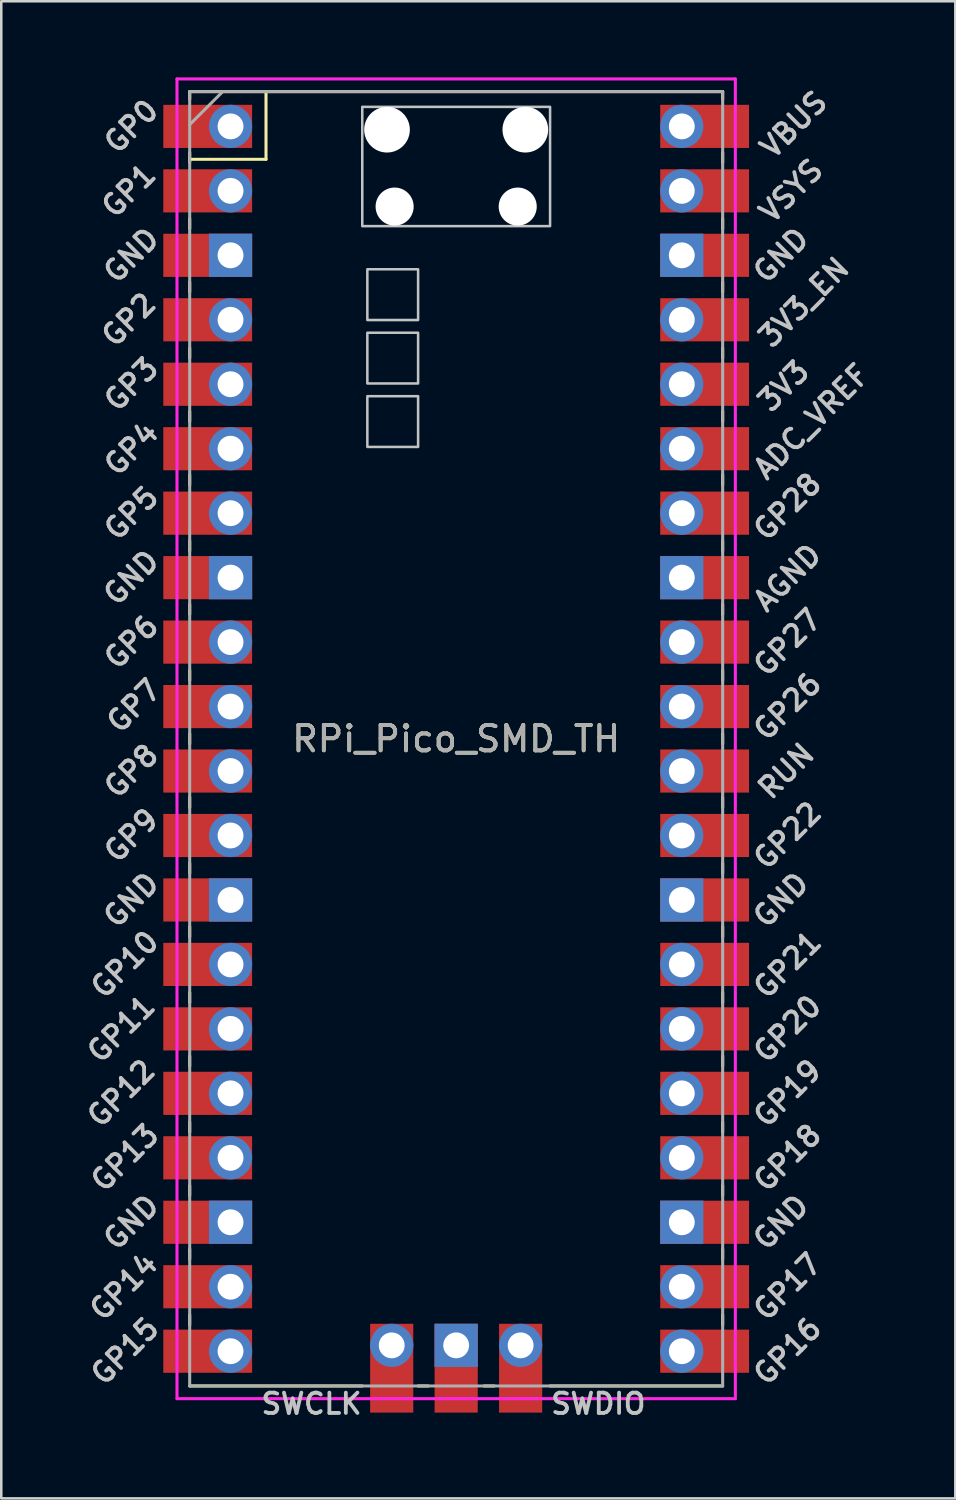
<source format=kicad_pcb>
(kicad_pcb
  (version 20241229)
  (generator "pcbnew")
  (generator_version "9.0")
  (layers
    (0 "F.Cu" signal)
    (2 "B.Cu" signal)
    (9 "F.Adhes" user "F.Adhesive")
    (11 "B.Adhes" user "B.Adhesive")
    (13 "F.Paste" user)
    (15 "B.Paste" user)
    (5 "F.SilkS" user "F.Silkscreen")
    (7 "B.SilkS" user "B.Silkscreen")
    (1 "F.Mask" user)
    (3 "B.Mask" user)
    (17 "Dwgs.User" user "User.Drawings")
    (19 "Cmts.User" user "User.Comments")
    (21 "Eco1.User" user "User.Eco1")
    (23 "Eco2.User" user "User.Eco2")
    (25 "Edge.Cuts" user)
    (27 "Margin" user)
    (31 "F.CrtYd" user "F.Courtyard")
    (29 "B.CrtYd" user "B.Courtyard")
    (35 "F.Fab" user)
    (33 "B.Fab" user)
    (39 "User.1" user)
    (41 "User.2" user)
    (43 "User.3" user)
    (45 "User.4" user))
  (footprint "RPi_Pico_SMD_TH"
    (layer "F.Cu")
    (at 14.924 26.06)
    (property "Reference" "RPi_Pico_SMD_TH" (at 0 0 0) (layer "F.SilkS") (effects (font (size 1 1) (thickness 0.15))))
    (attr through_hole)
    (fp_line (start -10.5 -25.5) (end -10.5 -25.2) (stroke (width 0.12) (type solid)) (layer "F.SilkS"))
    (fp_line (start -10.5 -25.5) (end 10.5 -25.5) (stroke (width 0.12) (type solid)) (layer "F.SilkS"))
    (fp_line (start -10.5 -23.1) (end -10.5 -22.7) (stroke (width 0.12) (type solid)) (layer "F.SilkS"))
    (fp_line (start -10.5 -22.833) (end -7.493 -22.833) (stroke (width 0.12) (type solid)) (layer "F.SilkS"))
    (fp_line (start -10.5 -20.5) (end -10.5 -20.1) (stroke (width 0.12) (type solid)) (layer "F.SilkS"))
    (fp_line (start -10.5 -18) (end -10.5 -17.6) (stroke (width 0.12) (type solid)) (layer "F.SilkS"))
    (fp_line (start -10.5 -15.4) (end -10.5 -15) (stroke (width 0.12) (type solid)) (layer "F.SilkS"))
    (fp_line (start -10.5 -12.9) (end -10.5 -12.5) (stroke (width 0.12) (type solid)) (layer "F.SilkS"))
    (fp_line (start -10.5 -10.4) (end -10.5 -10) (stroke (width 0.12) (type solid)) (layer "F.SilkS"))
    (fp_line (start -10.5 -7.8) (end -10.5 -7.4) (stroke (width 0.12) (type solid)) (layer "F.SilkS"))
    (fp_line (start -10.5 -5.3) (end -10.5 -4.9) (stroke (width 0.12) (type solid)) (layer "F.SilkS"))
    (fp_line (start -10.5 -2.7) (end -10.5 -2.3) (stroke (width 0.12) (type solid)) (layer "F.SilkS"))
    (fp_line (start -10.5 -0.2) (end -10.5 0.2) (stroke (width 0.12) (type solid)) (layer "F.SilkS"))
    (fp_line (start -10.5 2.3) (end -10.5 2.7) (stroke (width 0.12) (type solid)) (layer "F.SilkS"))
    (fp_line (start -10.5 4.9) (end -10.5 5.3) (stroke (width 0.12) (type solid)) (layer "F.SilkS"))
    (fp_line (start -10.5 7.4) (end -10.5 7.8) (stroke (width 0.12) (type solid)) (layer "F.SilkS"))
    (fp_line (start -10.5 10) (end -10.5 10.4) (stroke (width 0.12) (type solid)) (layer "F.SilkS"))
    (fp_line (start -10.5 12.5) (end -10.5 12.9) (stroke (width 0.12) (type solid)) (layer "F.SilkS"))
    (fp_line (start -10.5 15.1) (end -10.5 15.5) (stroke (width 0.12) (type solid)) (layer "F.SilkS"))
    (fp_line (start -10.5 17.6) (end -10.5 18) (stroke (width 0.12) (type solid)) (layer "F.SilkS"))
    (fp_line (start -10.5 20.1) (end -10.5 20.5) (stroke (width 0.12) (type solid)) (layer "F.SilkS"))
    (fp_line (start -10.5 22.7) (end -10.5 23.1) (stroke (width 0.12) (type solid)) (layer "F.SilkS"))
    (fp_line (start -7.493 -22.833) (end -7.493 -25.5) (stroke (width 0.12) (type solid)) (layer "F.SilkS"))
    (fp_line (start -3.7 25.5) (end -10.5 25.5) (stroke (width 0.12) (type solid)) (layer "F.SilkS"))
    (fp_line (start -1.5 25.5) (end -1.1 25.5) (stroke (width 0.12) (type solid)) (layer "F.SilkS"))
    (fp_line (start 1.1 25.5) (end 1.5 25.5) (stroke (width 0.12) (type solid)) (layer "F.SilkS"))
    (fp_line (start 10.5 -25.5) (end 10.5 -25.2) (stroke (width 0.12) (type solid)) (layer "F.SilkS"))
    (fp_line (start 10.5 -23.1) (end 10.5 -22.7) (stroke (width 0.12) (type solid)) (layer "F.SilkS"))
    (fp_line (start 10.5 -20.5) (end 10.5 -20.1) (stroke (width 0.12) (type solid)) (layer "F.SilkS"))
    (fp_line (start 10.5 -18) (end 10.5 -17.6) (stroke (width 0.12) (type solid)) (layer "F.SilkS"))
    (fp_line (start 10.5 -15.4) (end 10.5 -15) (stroke (width 0.12) (type solid)) (layer "F.SilkS"))
    (fp_line (start 10.5 -12.9) (end 10.5 -12.5) (stroke (width 0.12) (type solid)) (layer "F.SilkS"))
    (fp_line (start 10.5 -10.4) (end 10.5 -10) (stroke (width 0.12) (type solid)) (layer "F.SilkS"))
    (fp_line (start 10.5 -7.8) (end 10.5 -7.4) (stroke (width 0.12) (type solid)) (layer "F.SilkS"))
    (fp_line (start 10.5 -5.3) (end 10.5 -4.9) (stroke (width 0.12) (type solid)) (layer "F.SilkS"))
    (fp_line (start 10.5 -2.7) (end 10.5 -2.3) (stroke (width 0.12) (type solid)) (layer "F.SilkS"))
    (fp_line (start 10.5 -0.2) (end 10.5 0.2) (stroke (width 0.12) (type solid)) (layer "F.SilkS"))
    (fp_line (start 10.5 2.3) (end 10.5 2.7) (stroke (width 0.12) (type solid)) (layer "F.SilkS"))
    (fp_line (start 10.5 4.9) (end 10.5 5.3) (stroke (width 0.12) (type solid)) (layer "F.SilkS"))
    (fp_line (start 10.5 7.4) (end 10.5 7.8) (stroke (width 0.12) (type solid)) (layer "F.SilkS"))
    (fp_line (start 10.5 10) (end 10.5 10.4) (stroke (width 0.12) (type solid)) (layer "F.SilkS"))
    (fp_line (start 10.5 12.5) (end 10.5 12.9) (stroke (width 0.12) (type solid)) (layer "F.SilkS"))
    (fp_line (start 10.5 15.1) (end 10.5 15.5) (stroke (width 0.12) (type solid)) (layer "F.SilkS"))
    (fp_line (start 10.5 17.6) (end 10.5 18) (stroke (width 0.12) (type solid)) (layer "F.SilkS"))
    (fp_line (start 10.5 20.1) (end 10.5 20.5) (stroke (width 0.12) (type solid)) (layer "F.SilkS"))
    (fp_line (start 10.5 22.7) (end 10.5 23.1) (stroke (width 0.12) (type solid)) (layer "F.SilkS"))
    (fp_line (start 10.5 25.5) (end 3.7 25.5) (stroke (width 0.12) (type solid)) (layer "F.SilkS"))
    (fp_poly (pts (xy -1.5 -16.5) (xy -3.5 -16.5) (xy -3.5 -18.5) (xy -1.5 -18.5)) (stroke (width 0.1) (type solid)) (fill no) (layer "Dwgs.User"))
    (fp_poly (pts (xy -1.5 -14) (xy -3.5 -14) (xy -3.5 -16) (xy -1.5 -16)) (stroke (width 0.1) (type solid)) (fill no) (layer "Dwgs.User"))
    (fp_poly (pts (xy -1.5 -11.5) (xy -3.5 -11.5) (xy -3.5 -13.5) (xy -1.5 -13.5)) (stroke (width 0.1) (type solid)) (fill no) (layer "Dwgs.User"))
    (fp_poly (pts (xy 3.7 -20.2) (xy -3.7 -20.2) (xy -3.7 -24.9) (xy 3.7 -24.9)) (stroke (width 0.1) (type solid)) (fill no) (layer "Dwgs.User"))
    (fp_line (start -11 -26) (end 11 -26) (stroke (width 0.12) (type solid)) (layer "F.CrtYd"))
    (fp_line (start -11 26) (end -11 -26) (stroke (width 0.12) (type solid)) (layer "F.CrtYd"))
    (fp_line (start 11 -26) (end 11 26) (stroke (width 0.12) (type solid)) (layer "F.CrtYd"))
    (fp_line (start 11 26) (end -11 26) (stroke (width 0.12) (type solid)) (layer "F.CrtYd"))
    (fp_line (start -10.5 -25.5) (end 10.5 -25.5) (stroke (width 0.12) (type solid)) (layer "F.Fab"))
    (fp_line (start -10.5 -24.2) (end -9.2 -25.5) (stroke (width 0.12) (type solid)) (layer "F.Fab"))
    (fp_line (start -10.5 25.5) (end -10.5 -25.5) (stroke (width 0.12) (type solid)) (layer "F.Fab"))
    (fp_line (start 10.5 -25.5) (end 10.5 25.5) (stroke (width 0.12) (type solid)) (layer "F.Fab"))
    (fp_line (start 10.5 25.5) (end -10.5 25.5) (stroke (width 0.12) (type solid)) (layer "F.Fab"))
    (fp_text user "GP9" (at -12.8 3.81 45) (layer "Dwgs.User") (effects (font (size 0.8 0.8) (thickness 0.15))))
    (fp_text user "GP10" (at -13.054 8.89 45) (layer "Dwgs.User") (effects (font (size 0.8 0.8) (thickness 0.15))))
    (fp_text user "GP0" (at -12.8 -24.13 45) (layer "Dwgs.User") (effects (font (size 0.8 0.8) (thickness 0.15))))
    (fp_text user "GND" (at -12.8 6.35 45) (layer "Dwgs.User") (effects (font (size 0.8 0.8) (thickness 0.15))))
    (fp_text user "3V3" (at 12.9 -13.9 45) (layer "Dwgs.User") (effects (font (size 0.8 0.8) (thickness 0.15))))
    (fp_text user "GP15" (at -13.054 24.13 45) (layer "Dwgs.User") (effects (font (size 0.8 0.8) (thickness 0.15))))
    (fp_text user "GP27" (at 13.054 -3.8 45) (layer "Dwgs.User") (effects (font (size 0.8 0.8) (thickness 0.15))))
    (fp_text user "GP21" (at 13.054 8.9 45) (layer "Dwgs.User") (effects (font (size 0.8 0.8) (thickness 0.15))))
    (fp_text user "GP4" (at -12.8 -11.43 45) (layer "Dwgs.User") (effects (font (size 0.8 0.8) (thickness 0.15))))
    (fp_text user "RUN" (at 13 1.27 45) (layer "Dwgs.User") (effects (font (size 0.8 0.8) (thickness 0.15))))
    (fp_text user "GP28" (at 13.054 -9.144 45) (layer "Dwgs.User") (effects (font (size 0.8 0.8) (thickness 0.15))))
    (fp_text user "GP14" (at -13.1 21.59 45) (layer "Dwgs.User") (effects (font (size 0.8 0.8) (thickness 0.15))))
    (fp_text user "AGND" (at 13.054 -6.35 45) (layer "Dwgs.User") (effects (font (size 0.8 0.8) (thickness 0.15))))
    (fp_text user "3V3_EN" (at 13.7 -17.2 45) (layer "Dwgs.User") (effects (font (size 0.8 0.8) (thickness 0.15))))
    (fp_text user "GP16" (at 13.054 24.13 45) (layer "Dwgs.User") (effects (font (size 0.8 0.8) (thickness 0.15))))
    (fp_text user "GP19" (at 13.054 13.97 45) (layer "Dwgs.User") (effects (font (size 0.8 0.8) (thickness 0.15))))
    (fp_text user "GP8" (at -12.8 1.27 45) (layer "Dwgs.User") (effects (font (size 0.8 0.8) (thickness 0.15))))
    (fp_text user "GND" (at -12.8 19.05 45) (layer "Dwgs.User") (effects (font (size 0.8 0.8) (thickness 0.15))))
    (fp_text user "GP2" (at -12.9 -16.51 45) (layer "Dwgs.User") (effects (font (size 0.8 0.8) (thickness 0.15))))
    (fp_text user "GND" (at 12.8 19.05 45) (layer "Dwgs.User") (effects (font (size 0.8 0.8) (thickness 0.15))))
    (fp_text user "SWDIO" (at 5.6 26.2 0) (layer "Dwgs.User") (effects (font (size 0.8 0.8) (thickness 0.15))))
    (fp_text user "GND" (at -12.8 -6.35 45) (layer "Dwgs.User") (effects (font (size 0.8 0.8) (thickness 0.15))))
    (fp_text user "GND" (at 12.8 6.35 45) (layer "Dwgs.User") (effects (font (size 0.8 0.8) (thickness 0.15))))
    (fp_text user "GP6" (at -12.8 -3.81 45) (layer "Dwgs.User") (effects (font (size 0.8 0.8) (thickness 0.15))))
    (fp_text user "GND" (at -12.8 -19.05 45) (layer "Dwgs.User") (effects (font (size 0.8 0.8) (thickness 0.15))))
    (fp_text user "GP3" (at -12.8 -13.97 45) (layer "Dwgs.User") (effects (font (size 0.8 0.8) (thickness 0.15))))
    (fp_text user "SWCLK" (at -5.7 26.2 0) (layer "Dwgs.User") (effects (font (size 0.8 0.8) (thickness 0.15))))
    (fp_text user "GP12" (at -13.2 13.97 45) (layer "Dwgs.User") (effects (font (size 0.8 0.8) (thickness 0.15))))
    (fp_text user "GP13" (at -13.054 16.51 45) (layer "Dwgs.User") (effects (font (size 0.8 0.8) (thickness 0.15))))
    (fp_text user "GP17" (at 13.054 21.59 45) (layer "Dwgs.User") (effects (font (size 0.8 0.8) (thickness 0.15))))
    (fp_text user "GP26" (at 13.054 -1.27 45) (layer "Dwgs.User") (effects (font (size 0.8 0.8) (thickness 0.15))))
    (fp_text user "GP22" (at 13.054 3.81 45) (layer "Dwgs.User") (effects (font (size 0.8 0.8) (thickness 0.15))))
    (fp_text user "VBUS" (at 13.3 -24.2 45) (layer "Dwgs.User") (effects (font (size 0.8 0.8) (thickness 0.15))))
    (fp_text user "GND" (at 12.8 -19.05 45) (layer "Dwgs.User") (effects (font (size 0.8 0.8) (thickness 0.15))))
    (fp_text user "GP5" (at -12.8 -8.89 45) (layer "Dwgs.User") (effects (font (size 0.8 0.8) (thickness 0.15))))
    (fp_text user "GP7" (at -12.7 -1.3 45) (layer "Dwgs.User") (effects (font (size 0.8 0.8) (thickness 0.15))))
    (fp_text user "ADC_VREF" (at 14 -12.5 45) (layer "Dwgs.User") (effects (font (size 0.8 0.8) (thickness 0.15))))
    (fp_text user "GP11" (at -13.2 11.43 45) (layer "Dwgs.User") (effects (font (size 0.8 0.8) (thickness 0.15))))
    (fp_text user "GP20" (at 13.054 11.43 45) (layer "Dwgs.User") (effects (font (size 0.8 0.8) (thickness 0.15))))
    (fp_text user "GP1" (at -12.9 -21.6 45) (layer "Dwgs.User") (effects (font (size 0.8 0.8) (thickness 0.15))))
    (fp_text user "VSYS" (at 13.2 -21.59 45) (layer "Dwgs.User") (effects (font (size 0.8 0.8) (thickness 0.15))))
    (fp_text user "GP18" (at 13.054 16.51 45) (layer "Dwgs.User") (effects (font (size 0.8 0.8) (thickness 0.15))))
    (fp_text user "${REFERENCE}" (at 0 0 180) (layer "F.Fab") (effects (font (size 1 1) (thickness 0.15))))
    (pad "" np_thru_hole oval (at -2.725 -24) (size 1.8 1.8) (drill 1.8) (layers "*.Cu" "*.Mask"))
    (pad "" np_thru_hole oval (at -2.425 -20.97) (size 1.5 1.5) (drill 1.5) (layers "*.Cu" "*.Mask"))
    (pad "" np_thru_hole oval (at 2.425 -20.97) (size 1.5 1.5) (drill 1.5) (layers "*.Cu" "*.Mask"))
    (pad "" np_thru_hole oval (at 2.725 -24) (size 1.8 1.8) (drill 1.8) (layers "*.Cu" "*.Mask"))
    (pad "1" thru_hole oval (at -8.89 -24.13) (size 1.7 1.7) (drill 1.02) (layers "*.Cu" "*.Mask"))
    (pad "1" smd rect (at -8.89 -24.13) (size 3.5 1.7) (drill (offset -0.9 0)) (layers "F.Cu" "F.Mask"))
    (pad "2" thru_hole oval (at -8.89 -21.59) (size 1.7 1.7) (drill 1.02) (layers "*.Cu" "*.Mask"))
    (pad "2" smd rect (at -8.89 -21.59) (size 3.5 1.7) (drill (offset -0.9 0)) (layers "F.Cu" "F.Mask"))
    (pad "3" thru_hole rect (at -8.89 -19.05) (size 1.7 1.7) (drill 1.02) (layers "*.Cu" "*.Mask"))
    (pad "3" smd rect (at -8.89 -19.05) (size 3.5 1.7) (drill (offset -0.9 0)) (layers "F.Cu" "F.Mask"))
    (pad "4" thru_hole oval (at -8.89 -16.51) (size 1.7 1.7) (drill 1.02) (layers "*.Cu" "*.Mask"))
    (pad "4" smd rect (at -8.89 -16.51) (size 3.5 1.7) (drill (offset -0.9 0)) (layers "F.Cu" "F.Mask"))
    (pad "5" thru_hole oval (at -8.89 -13.97) (size 1.7 1.7) (drill 1.02) (layers "*.Cu" "*.Mask"))
    (pad "5" smd rect (at -8.89 -13.97) (size 3.5 1.7) (drill (offset -0.9 0)) (layers "F.Cu" "F.Mask"))
    (pad "6" thru_hole oval (at -8.89 -11.43) (size 1.7 1.7) (drill 1.02) (layers "*.Cu" "*.Mask"))
    (pad "6" smd rect (at -8.89 -11.43) (size 3.5 1.7) (drill (offset -0.9 0)) (layers "F.Cu" "F.Mask"))
    (pad "7" thru_hole oval (at -8.89 -8.89) (size 1.7 1.7) (drill 1.02) (layers "*.Cu" "*.Mask"))
    (pad "7" smd rect (at -8.89 -8.89) (size 3.5 1.7) (drill (offset -0.9 0)) (layers "F.Cu" "F.Mask"))
    (pad "8" thru_hole rect (at -8.89 -6.35) (size 1.7 1.7) (drill 1.02) (layers "*.Cu" "*.Mask"))
    (pad "8" smd rect (at -8.89 -6.35) (size 3.5 1.7) (drill (offset -0.9 0)) (layers "F.Cu" "F.Mask"))
    (pad "9" thru_hole oval (at -8.89 -3.81) (size 1.7 1.7) (drill 1.02) (layers "*.Cu" "*.Mask"))
    (pad "9" smd rect (at -8.89 -3.81) (size 3.5 1.7) (drill (offset -0.9 0)) (layers "F.Cu" "F.Mask"))
    (pad "10" thru_hole oval (at -8.89 -1.27) (size 1.7 1.7) (drill 1.02) (layers "*.Cu" "*.Mask"))
    (pad "10" smd rect (at -8.89 -1.27) (size 3.5 1.7) (drill (offset -0.9 0)) (layers "F.Cu" "F.Mask"))
    (pad "11" thru_hole oval (at -8.89 1.27) (size 1.7 1.7) (drill 1.02) (layers "*.Cu" "*.Mask"))
    (pad "11" smd rect (at -8.89 1.27) (size 3.5 1.7) (drill (offset -0.9 0)) (layers "F.Cu" "F.Mask"))
    (pad "12" thru_hole oval (at -8.89 3.81) (size 1.7 1.7) (drill 1.02) (layers "*.Cu" "*.Mask"))
    (pad "12" smd rect (at -8.89 3.81) (size 3.5 1.7) (drill (offset -0.9 0)) (layers "F.Cu" "F.Mask"))
    (pad "13" thru_hole rect (at -8.89 6.35) (size 1.7 1.7) (drill 1.02) (layers "*.Cu" "*.Mask"))
    (pad "13" smd rect (at -8.89 6.35) (size 3.5 1.7) (drill (offset -0.9 0)) (layers "F.Cu" "F.Mask"))
    (pad "14" thru_hole oval (at -8.89 8.89) (size 1.7 1.7) (drill 1.02) (layers "*.Cu" "*.Mask"))
    (pad "14" smd rect (at -8.89 8.89) (size 3.5 1.7) (drill (offset -0.9 0)) (layers "F.Cu" "F.Mask"))
    (pad "15" thru_hole oval (at -8.89 11.43) (size 1.7 1.7) (drill 1.02) (layers "*.Cu" "*.Mask"))
    (pad "15" smd rect (at -8.89 11.43) (size 3.5 1.7) (drill (offset -0.9 0)) (layers "F.Cu" "F.Mask"))
    (pad "16" thru_hole oval (at -8.89 13.97) (size 1.7 1.7) (drill 1.02) (layers "*.Cu" "*.Mask"))
    (pad "16" smd rect (at -8.89 13.97) (size 3.5 1.7) (drill (offset -0.9 0)) (layers "F.Cu" "F.Mask"))
    (pad "17" thru_hole oval (at -8.89 16.51) (size 1.7 1.7) (drill 1.02) (layers "*.Cu" "*.Mask"))
    (pad "17" smd rect (at -8.89 16.51) (size 3.5 1.7) (drill (offset -0.9 0)) (layers "F.Cu" "F.Mask"))
    (pad "18" thru_hole rect (at -8.89 19.05) (size 1.7 1.7) (drill 1.02) (layers "*.Cu" "*.Mask"))
    (pad "18" smd rect (at -8.89 19.05) (size 3.5 1.7) (drill (offset -0.9 0)) (layers "F.Cu" "F.Mask"))
    (pad "19" thru_hole oval (at -8.89 21.59) (size 1.7 1.7) (drill 1.02) (layers "*.Cu" "*.Mask"))
    (pad "19" smd rect (at -8.89 21.59) (size 3.5 1.7) (drill (offset -0.9 0)) (layers "F.Cu" "F.Mask"))
    (pad "20" thru_hole oval (at -8.89 24.13) (size 1.7 1.7) (drill 1.02) (layers "*.Cu" "*.Mask"))
    (pad "20" smd rect (at -8.89 24.13) (size 3.5 1.7) (drill (offset -0.9 0)) (layers "F.Cu" "F.Mask"))
    (pad "21" thru_hole oval (at 8.89 24.13) (size 1.7 1.7) (drill 1.02) (layers "*.Cu" "*.Mask"))
    (pad "21" smd rect (at 8.89 24.13) (size 3.5 1.7) (drill (offset 0.9 0)) (layers "F.Cu" "F.Mask"))
    (pad "22" thru_hole oval (at 8.89 21.59) (size 1.7 1.7) (drill 1.02) (layers "*.Cu" "*.Mask"))
    (pad "22" smd rect (at 8.89 21.59) (size 3.5 1.7) (drill (offset 0.9 0)) (layers "F.Cu" "F.Mask"))
    (pad "23" thru_hole rect (at 8.89 19.05) (size 1.7 1.7) (drill 1.02) (layers "*.Cu" "*.Mask"))
    (pad "23" smd rect (at 8.89 19.05) (size 3.5 1.7) (drill (offset 0.9 0)) (layers "F.Cu" "F.Mask"))
    (pad "24" thru_hole oval (at 8.89 16.51) (size 1.7 1.7) (drill 1.02) (layers "*.Cu" "*.Mask"))
    (pad "24" smd rect (at 8.89 16.51) (size 3.5 1.7) (drill (offset 0.9 0)) (layers "F.Cu" "F.Mask"))
    (pad "25" thru_hole oval (at 8.89 13.97) (size 1.7 1.7) (drill 1.02) (layers "*.Cu" "*.Mask"))
    (pad "25" smd rect (at 8.89 13.97) (size 3.5 1.7) (drill (offset 0.9 0)) (layers "F.Cu" "F.Mask"))
    (pad "26" thru_hole oval (at 8.89 11.43) (size 1.7 1.7) (drill 1.02) (layers "*.Cu" "*.Mask"))
    (pad "26" smd rect (at 8.89 11.43) (size 3.5 1.7) (drill (offset 0.9 0)) (layers "F.Cu" "F.Mask"))
    (pad "27" thru_hole oval (at 8.89 8.89) (size 1.7 1.7) (drill 1.02) (layers "*.Cu" "*.Mask"))
    (pad "27" smd rect (at 8.89 8.89) (size 3.5 1.7) (drill (offset 0.9 0)) (layers "F.Cu" "F.Mask"))
    (pad "28" thru_hole rect (at 8.89 6.35) (size 1.7 1.7) (drill 1.02) (layers "*.Cu" "*.Mask"))
    (pad "28" smd rect (at 8.89 6.35) (size 3.5 1.7) (drill (offset 0.9 0)) (layers "F.Cu" "F.Mask"))
    (pad "29" thru_hole oval (at 8.89 3.81) (size 1.7 1.7) (drill 1.02) (layers "*.Cu" "*.Mask"))
    (pad "29" smd rect (at 8.89 3.81) (size 3.5 1.7) (drill (offset 0.9 0)) (layers "F.Cu" "F.Mask"))
    (pad "30" thru_hole oval (at 8.89 1.27) (size 1.7 1.7) (drill 1.02) (layers "*.Cu" "*.Mask"))
    (pad "30" smd rect (at 8.89 1.27) (size 3.5 1.7) (drill (offset 0.9 0)) (layers "F.Cu" "F.Mask"))
    (pad "31" thru_hole oval (at 8.89 -1.27) (size 1.7 1.7) (drill 1.02) (layers "*.Cu" "*.Mask"))
    (pad "31" smd rect (at 8.89 -1.27) (size 3.5 1.7) (drill (offset 0.9 0)) (layers "F.Cu" "F.Mask"))
    (pad "32" thru_hole oval (at 8.89 -3.81) (size 1.7 1.7) (drill 1.02) (layers "*.Cu" "*.Mask"))
    (pad "32" smd rect (at 8.89 -3.81) (size 3.5 1.7) (drill (offset 0.9 0)) (layers "F.Cu" "F.Mask"))
    (pad "33" thru_hole rect (at 8.89 -6.35) (size 1.7 1.7) (drill 1.02) (layers "*.Cu" "*.Mask"))
    (pad "33" smd rect (at 8.89 -6.35) (size 3.5 1.7) (drill (offset 0.9 0)) (layers "F.Cu" "F.Mask"))
    (pad "34" thru_hole oval (at 8.89 -8.89) (size 1.7 1.7) (drill 1.02) (layers "*.Cu" "*.Mask"))
    (pad "34" smd rect (at 8.89 -8.89) (size 3.5 1.7) (drill (offset 0.9 0)) (layers "F.Cu" "F.Mask"))
    (pad "35" thru_hole oval (at 8.89 -11.43) (size 1.7 1.7) (drill 1.02) (layers "*.Cu" "*.Mask"))
    (pad "35" smd rect (at 8.89 -11.43) (size 3.5 1.7) (drill (offset 0.9 0)) (layers "F.Cu" "F.Mask"))
    (pad "36" thru_hole oval (at 8.89 -13.97) (size 1.7 1.7) (drill 1.02) (layers "*.Cu" "*.Mask"))
    (pad "36" smd rect (at 8.89 -13.97) (size 3.5 1.7) (drill (offset 0.9 0)) (layers "F.Cu" "F.Mask"))
    (pad "37" thru_hole oval (at 8.89 -16.51) (size 1.7 1.7) (drill 1.02) (layers "*.Cu" "*.Mask"))
    (pad "37" smd rect (at 8.89 -16.51) (size 3.5 1.7) (drill (offset 0.9 0)) (layers "F.Cu" "F.Mask"))
    (pad "38" thru_hole rect (at 8.89 -19.05) (size 1.7 1.7) (drill 1.02) (layers "*.Cu" "*.Mask"))
    (pad "38" smd rect (at 8.89 -19.05) (size 3.5 1.7) (drill (offset 0.9 0)) (layers "F.Cu" "F.Mask"))
    (pad "39" thru_hole oval (at 8.89 -21.59) (size 1.7 1.7) (drill 1.02) (layers "*.Cu" "*.Mask"))
    (pad "39" smd rect (at 8.89 -21.59) (size 3.5 1.7) (drill (offset 0.9 0)) (layers "F.Cu" "F.Mask"))
    (pad "40" thru_hole oval (at 8.89 -24.13) (size 1.7 1.7) (drill 1.02) (layers "*.Cu" "*.Mask"))
    (pad "40" smd rect (at 8.89 -24.13) (size 3.5 1.7) (drill (offset 0.9 0)) (layers "F.Cu" "F.Mask"))
    (pad "41" thru_hole oval (at -2.54 23.9) (size 1.7 1.7) (drill 1.02) (layers "*.Cu" "*.Mask"))
    (pad "41" smd rect (at -2.54 23.9 90) (size 3.5 1.7) (drill (offset -0.9 0)) (layers "F.Cu" "F.Mask"))
    (pad "42" thru_hole rect (at 0 23.9) (size 1.7 1.7) (drill 1.02) (layers "*.Cu" "*.Mask"))
    (pad "42" smd rect (at 0 23.9 90) (size 3.5 1.7) (drill (offset -0.9 0)) (layers "F.Cu" "F.Mask"))
    (pad "43" thru_hole oval (at 2.54 23.9) (size 1.7 1.7) (drill 1.02) (layers "*.Cu" "*.Mask"))
    (pad "43" smd rect (at 2.54 23.9 90) (size 3.5 1.7) (drill (offset -0.9 0)) (layers "F.Cu" "F.Mask")))
  (gr_rect
    (start -3 -3)
    (end 34.591 55.991)
    (stroke (width 0.1) (type default))
    (fill no)
    (layer "Edge.Cuts")))
</source>
